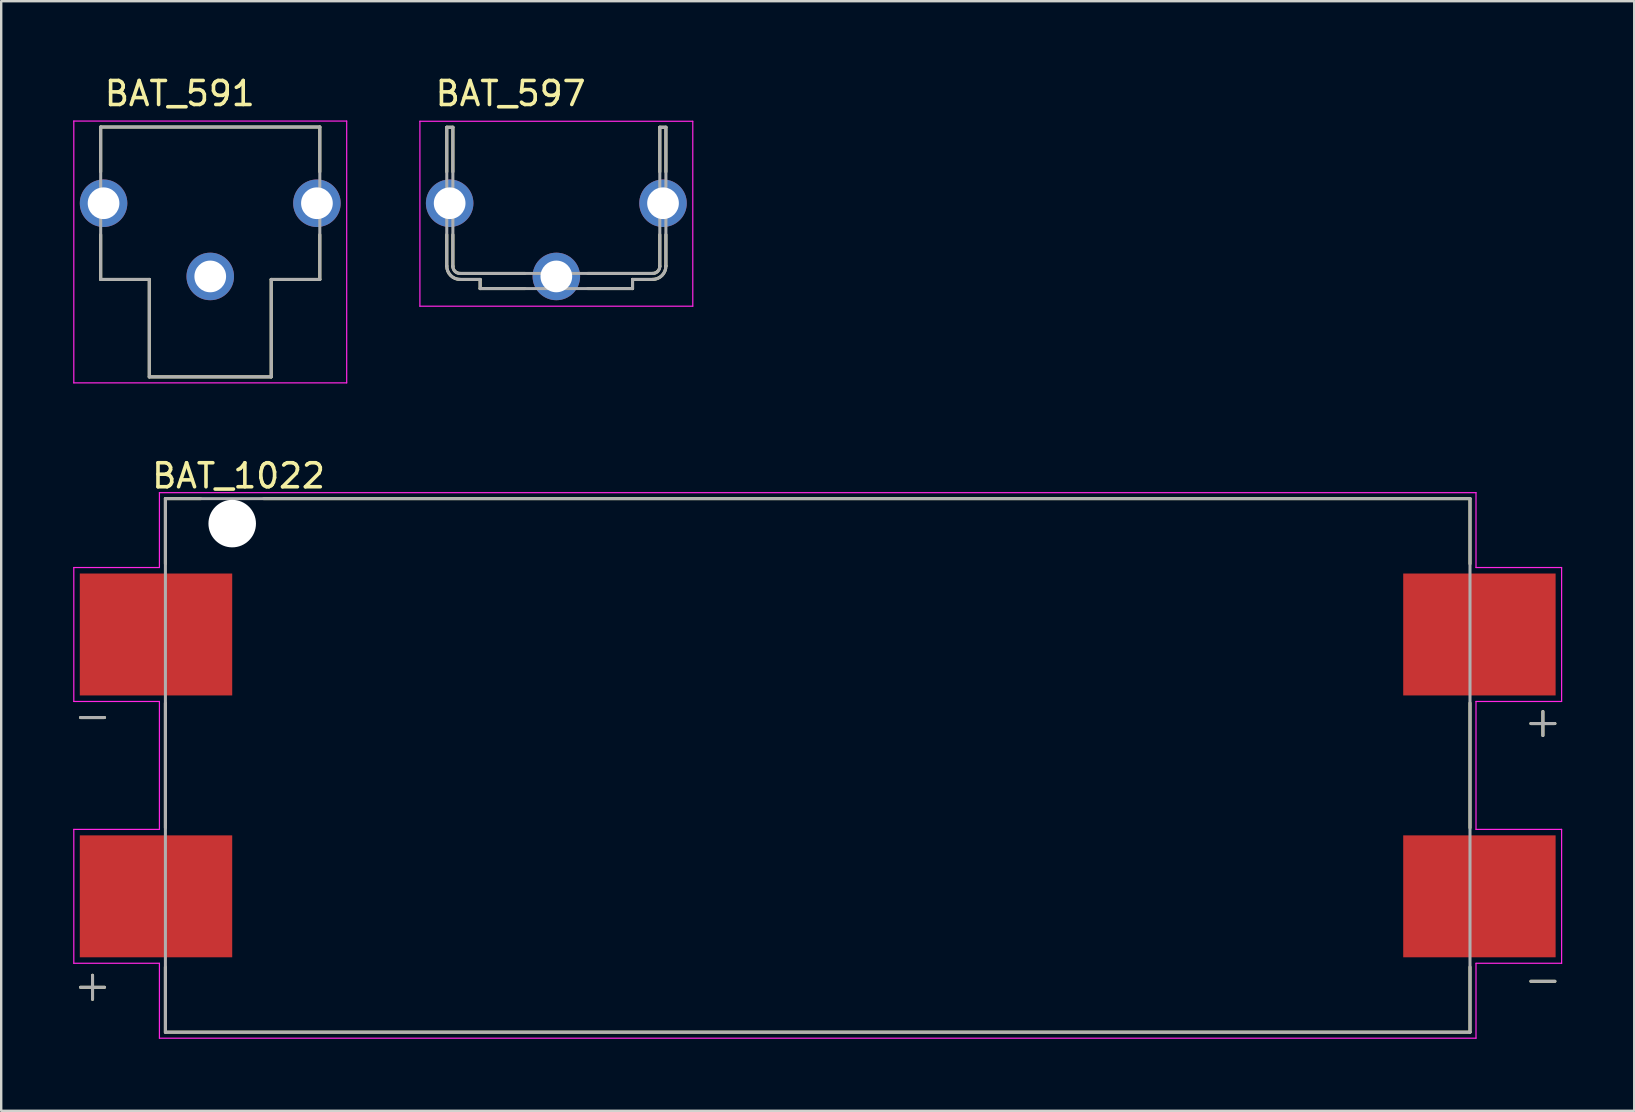
<source format=kicad_pcb>
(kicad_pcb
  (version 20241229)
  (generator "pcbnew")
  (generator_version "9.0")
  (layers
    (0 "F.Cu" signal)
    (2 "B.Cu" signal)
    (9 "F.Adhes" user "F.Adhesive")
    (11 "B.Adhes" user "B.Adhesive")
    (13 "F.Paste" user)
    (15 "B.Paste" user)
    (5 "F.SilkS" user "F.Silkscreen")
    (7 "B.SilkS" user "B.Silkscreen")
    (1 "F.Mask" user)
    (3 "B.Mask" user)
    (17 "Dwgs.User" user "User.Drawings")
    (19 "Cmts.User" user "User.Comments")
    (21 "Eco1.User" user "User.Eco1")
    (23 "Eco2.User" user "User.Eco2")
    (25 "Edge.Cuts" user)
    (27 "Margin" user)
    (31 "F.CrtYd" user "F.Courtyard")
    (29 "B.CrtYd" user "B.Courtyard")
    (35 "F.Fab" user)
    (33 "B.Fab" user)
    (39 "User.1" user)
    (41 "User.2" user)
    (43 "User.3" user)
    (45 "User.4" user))
  (footprint "BAT_597"
    (layer "F.Cu")
    (at 20.13 8.468)
    (property "Reference" "BAT_597" (at -1.905 -7.62 0) (layer "F.SilkS") (effects (font (size 1 1) (thickness 0.15))))
    (attr through_hole)
    (fp_line (start -4.565 -6.215) (end -4.565 -4.36) (stroke (width 0.127) (type solid)) (layer "F.SilkS"))
    (fp_line (start -4.565 -1.74) (end -4.565 -0.435) (stroke (width 0.127) (type solid)) (layer "F.SilkS"))
    (fp_line (start -4.311 -6.215) (end -4.565 -6.215) (stroke (width 0.127) (type solid)) (layer "F.SilkS"))
    (fp_line (start -4.311 -4.36) (end -4.311 -6.215) (stroke (width 0.127) (type solid)) (layer "F.SilkS"))
    (fp_line (start -4.311 -0.425) (end -4.311 -1.74) (stroke (width 0.127) (type solid)) (layer "F.SilkS"))
    (fp_line (start -4.005 0.125) (end -3.175 0.125) (stroke (width 0.127) (type solid)) (layer "F.SilkS"))
    (fp_line (start -3.175 0.125) (end -3.175 0.505) (stroke (width 0.127) (type solid)) (layer "F.SilkS"))
    (fp_line (start -3.175 0.505) (end -1.31 0.505) (stroke (width 0.127) (type solid)) (layer "F.SilkS"))
    (fp_line (start -1.31 -0.125) (end -4.011 -0.125) (stroke (width 0.127) (type solid)) (layer "F.SilkS"))
    (fp_line (start 1.31 0.505) (end 3.175 0.505) (stroke (width 0.127) (type solid)) (layer "F.SilkS"))
    (fp_line (start 3.175 0.125) (end 4.005 0.125) (stroke (width 0.127) (type solid)) (layer "F.SilkS"))
    (fp_line (start 3.175 0.505) (end 3.175 0.125) (stroke (width 0.127) (type solid)) (layer "F.SilkS"))
    (fp_line (start 4.011 -0.125) (end 1.31 -0.125) (stroke (width 0.127) (type solid)) (layer "F.SilkS"))
    (fp_line (start 4.311 -6.215) (end 4.311 -4.36) (stroke (width 0.127) (type solid)) (layer "F.SilkS"))
    (fp_line (start 4.311 -1.74) (end 4.311 -0.425) (stroke (width 0.127) (type solid)) (layer "F.SilkS"))
    (fp_line (start 4.565 -6.215) (end 4.311 -6.215) (stroke (width 0.127) (type solid)) (layer "F.SilkS"))
    (fp_line (start 4.565 -4.36) (end 4.565 -6.215) (stroke (width 0.127) (type solid)) (layer "F.SilkS"))
    (fp_line (start 4.565 -0.435) (end 4.565 -1.74) (stroke (width 0.127) (type solid)) (layer "F.SilkS"))
    (fp_arc (start -4.011 -0.125) (mid -4.223132 -0.212868) (end -4.311 -0.425) (stroke (width 0.127) (type solid)) (layer "F.SilkS"))
    (fp_arc (start -4.005 0.125) (mid -4.40098 -0.03902) (end -4.565 -0.435) (stroke (width 0.127) (type solid)) (layer "F.SilkS"))
    (fp_arc (start 4.311 -0.425) (mid 4.223132 -0.212868) (end 4.011 -0.125) (stroke (width 0.127) (type solid)) (layer "F.SilkS"))
    (fp_arc (start 4.565 -0.435) (mid 4.40098 -0.03902) (end 4.005 0.125) (stroke (width 0.127) (type solid)) (layer "F.SilkS"))
    (fp_line (start -5.685 -6.465) (end -5.685 1.24) (stroke (width 0.05) (type solid)) (layer "F.CrtYd"))
    (fp_line (start -5.685 1.24) (end 5.685 1.24) (stroke (width 0.05) (type solid)) (layer "F.CrtYd"))
    (fp_line (start 5.685 -6.465) (end -5.685 -6.465) (stroke (width 0.05) (type solid)) (layer "F.CrtYd"))
    (fp_line (start 5.685 1.24) (end 5.685 -6.465) (stroke (width 0.05) (type solid)) (layer "F.CrtYd"))
    (fp_line (start -4.565 -6.215) (end -4.565 -0.435) (stroke (width 0.127) (type solid)) (layer "F.Fab"))
    (fp_line (start -4.311 -6.215) (end -4.565 -6.215) (stroke (width 0.127) (type solid)) (layer "F.Fab"))
    (fp_line (start -4.311 -0.425) (end -4.311 -6.215) (stroke (width 0.127) (type solid)) (layer "F.Fab"))
    (fp_line (start -4.005 0.125) (end -3.175 0.125) (stroke (width 0.127) (type solid)) (layer "F.Fab"))
    (fp_line (start -3.175 0.125) (end -3.175 0.505) (stroke (width 0.127) (type solid)) (layer "F.Fab"))
    (fp_line (start -3.175 0.505) (end 3.175 0.505) (stroke (width 0.127) (type solid)) (layer "F.Fab"))
    (fp_line (start 3.175 0.125) (end 4.005 0.125) (stroke (width 0.127) (type solid)) (layer "F.Fab"))
    (fp_line (start 3.175 0.505) (end 3.175 0.125) (stroke (width 0.127) (type solid)) (layer "F.Fab"))
    (fp_line (start 4.011 -0.125) (end -4.011 -0.125) (stroke (width 0.127) (type solid)) (layer "F.Fab"))
    (fp_line (start 4.311 -6.215) (end 4.311 -0.425) (stroke (width 0.127) (type solid)) (layer "F.Fab"))
    (fp_line (start 4.565 -6.215) (end 4.311 -6.215) (stroke (width 0.127) (type solid)) (layer "F.Fab"))
    (fp_line (start 4.565 -0.435) (end 4.565 -6.215) (stroke (width 0.127) (type solid)) (layer "F.Fab"))
    (fp_arc (start -4.011 -0.125) (mid -4.223132 -0.212868) (end -4.311 -0.425) (stroke (width 0.127) (type solid)) (layer "F.Fab"))
    (fp_arc (start -4.005 0.125) (mid -4.40098 -0.03902) (end -4.565 -0.435) (stroke (width 0.127) (type solid)) (layer "F.Fab"))
    (fp_arc (start 4.311 -0.425) (mid 4.223132 -0.212868) (end 4.011 -0.125) (stroke (width 0.127) (type solid)) (layer "F.Fab"))
    (fp_arc (start 4.565 -0.435) (mid 4.40098 -0.03902) (end 4.005 0.125) (stroke (width 0.127) (type solid)) (layer "F.Fab"))
    (pad "P1" thru_hole circle (at 0 0) (size 1.98 1.98) (drill 1.32) (layers "*.Cu" "*.Mask"))
    (pad "P2" thru_hole circle (at -4.445 -3.05) (size 1.98 1.98) (drill 1.32) (layers "*.Cu" "*.Mask"))
    (pad "P3" thru_hole circle (at 4.445 -3.05) (size 1.98 1.98) (drill 1.32) (layers "*.Cu" "*.Mask")))
  (footprint "BAT_1022"
    (layer "F.Cu")
    (at 31.02 28.841)
    (property "Reference" "BAT_1022" (at -24.13 -12.065 0) (layer "F.SilkS") (effects (font (size 1 1) (thickness 0.15))))
    (attr smd)
    (fp_line (start -30.715 -1.995) (end -29.715 -1.995) (stroke (width 0.127) (type solid)) (layer "F.SilkS"))
    (fp_line (start -30.715 9.245) (end -29.715 9.245) (stroke (width 0.127) (type solid)) (layer "F.SilkS"))
    (fp_line (start -30.215 8.745) (end -30.215 9.745) (stroke (width 0.127) (type solid)) (layer "F.SilkS"))
    (fp_line (start -27.178 -11.115) (end -25.71 -11.115) (stroke (width 0.127) (type solid)) (layer "F.SilkS"))
    (fp_line (start -27.178 -8.4) (end -27.178 -11.115) (stroke (width 0.127) (type solid)) (layer "F.SilkS"))
    (fp_line (start -27.178 2.6) (end -27.178 -2.6) (stroke (width 0.127) (type solid)) (layer "F.SilkS"))
    (fp_line (start -27.178 11.115) (end -27.178 8.4) (stroke (width 0.127) (type solid)) (layer "F.SilkS"))
    (fp_line (start -23.08 -11.115) (end 27.178 -11.115) (stroke (width 0.127) (type solid)) (layer "F.SilkS"))
    (fp_line (start 27.178 -11.115) (end 27.178 -8.4) (stroke (width 0.127) (type solid)) (layer "F.SilkS"))
    (fp_line (start 27.178 -2.6) (end 27.178 2.6) (stroke (width 0.127) (type solid)) (layer "F.SilkS"))
    (fp_line (start 27.178 8.4) (end 27.178 11.115) (stroke (width 0.127) (type solid)) (layer "F.SilkS"))
    (fp_line (start 27.178 11.115) (end -27.178 11.115) (stroke (width 0.127) (type solid)) (layer "F.SilkS"))
    (fp_line (start 29.715 -1.745) (end 30.715 -1.745) (stroke (width 0.127) (type solid)) (layer "F.SilkS"))
    (fp_line (start 29.715 8.995) (end 30.715 8.995) (stroke (width 0.127) (type solid)) (layer "F.SilkS"))
    (fp_line (start 30.215 -2.245) (end 30.215 -1.245) (stroke (width 0.127) (type solid)) (layer "F.SilkS"))
    (fp_line (start -30.995 -8.245) (end -30.995 -2.665) (stroke (width 0.05) (type solid)) (layer "F.CrtYd"))
    (fp_line (start -30.995 -8.245) (end -27.428 -8.245) (stroke (width 0.05) (type solid)) (layer "F.CrtYd"))
    (fp_line (start -30.995 -2.665) (end -27.428 -2.665) (stroke (width 0.05) (type solid)) (layer "F.CrtYd"))
    (fp_line (start -30.995 2.665) (end -30.995 8.245) (stroke (width 0.05) (type solid)) (layer "F.CrtYd"))
    (fp_line (start -30.995 8.245) (end -27.428 8.245) (stroke (width 0.05) (type solid)) (layer "F.CrtYd"))
    (fp_line (start -27.428 -8.245) (end -27.428 -11.365) (stroke (width 0.05) (type solid)) (layer "F.CrtYd"))
    (fp_line (start -27.428 -2.665) (end -27.428 2.665) (stroke (width 0.05) (type solid)) (layer "F.CrtYd"))
    (fp_line (start -27.428 2.665) (end -30.995 2.665) (stroke (width 0.05) (type solid)) (layer "F.CrtYd"))
    (fp_line (start -27.428 8.245) (end -27.428 11.365) (stroke (width 0.05) (type solid)) (layer "F.CrtYd"))
    (fp_line (start -27.428 11.365) (end 27.428 11.365) (stroke (width 0.05) (type solid)) (layer "F.CrtYd"))
    (fp_line (start 27.428 -11.365) (end -27.428 -11.365) (stroke (width 0.05) (type solid)) (layer "F.CrtYd"))
    (fp_line (start 27.428 -11.365) (end 27.428 -8.245) (stroke (width 0.05) (type solid)) (layer "F.CrtYd"))
    (fp_line (start 27.428 -8.245) (end 30.995 -8.245) (stroke (width 0.05) (type solid)) (layer "F.CrtYd"))
    (fp_line (start 27.428 -2.665) (end 27.428 2.665) (stroke (width 0.05) (type solid)) (layer "F.CrtYd"))
    (fp_line (start 27.428 2.665) (end 30.995 2.665) (stroke (width 0.05) (type solid)) (layer "F.CrtYd"))
    (fp_line (start 27.428 8.245) (end 27.428 11.365) (stroke (width 0.05) (type solid)) (layer "F.CrtYd"))
    (fp_line (start 30.995 -2.665) (end 27.428 -2.665) (stroke (width 0.05) (type solid)) (layer "F.CrtYd"))
    (fp_line (start 30.995 -2.665) (end 30.995 -8.245) (stroke (width 0.05) (type solid)) (layer "F.CrtYd"))
    (fp_line (start 30.995 8.245) (end 27.428 8.245) (stroke (width 0.05) (type solid)) (layer "F.CrtYd"))
    (fp_line (start 30.995 8.245) (end 30.995 2.665) (stroke (width 0.05) (type solid)) (layer "F.CrtYd"))
    (fp_line (start -30.715 -1.995) (end -29.715 -1.995) (stroke (width 0.127) (type solid)) (layer "F.Fab"))
    (fp_line (start -30.715 9.245) (end -29.715 9.245) (stroke (width 0.127) (type solid)) (layer "F.Fab"))
    (fp_line (start -30.215 8.745) (end -30.215 9.745) (stroke (width 0.127) (type solid)) (layer "F.Fab"))
    (fp_line (start -27.178 -11.115) (end 27.178 -11.115) (stroke (width 0.127) (type solid)) (layer "F.Fab"))
    (fp_line (start -27.178 11.115) (end -27.178 -11.115) (stroke (width 0.127) (type solid)) (layer "F.Fab"))
    (fp_line (start 27.178 -11.115) (end 27.178 11.115) (stroke (width 0.127) (type solid)) (layer "F.Fab"))
    (fp_line (start 27.178 11.115) (end -27.178 11.115) (stroke (width 0.127) (type solid)) (layer "F.Fab"))
    (fp_line (start 29.715 -1.745) (end 30.715 -1.745) (stroke (width 0.127) (type solid)) (layer "F.Fab"))
    (fp_line (start 29.715 8.995) (end 30.715 8.995) (stroke (width 0.127) (type solid)) (layer "F.Fab"))
    (fp_line (start 30.215 -2.245) (end 30.215 -1.245) (stroke (width 0.127) (type solid)) (layer "F.Fab"))
    (pad "" np_thru_hole circle (at -24.395 -10.075) (size 1.98 1.98) (drill 1.98) (layers "*.Cu" "*.Mask"))
    (pad "N1" smd rect (at -27.57 -5.455) (size 6.35 5.08) (layers "F.Cu" "F.Mask" "F.Paste"))
    (pad "N2" smd rect (at 27.57 5.455) (size 6.35 5.08) (layers "F.Cu" "F.Mask" "F.Paste"))
    (pad "P1" smd rect (at 27.57 -5.455) (size 6.35 5.08) (layers "F.Cu" "F.Mask" "F.Paste"))
    (pad "P2" smd rect (at -27.57 5.455) (size 6.35 5.08) (layers "F.Cu" "F.Mask" "F.Paste")))
  (footprint "BAT_591"
    (layer "F.Cu")
    (at 5.71 8.468)
    (property "Reference" "BAT_591" (at -1.27 -7.62 0) (layer "F.SilkS") (effects (font (size 1 1) (thickness 0.15))))
    (attr through_hole)
    (fp_line (start -4.565 -6.225) (end -4.565 -4.36) (stroke (width 0.127) (type solid)) (layer "F.SilkS"))
    (fp_line (start -4.565 0.125) (end -4.565 -1.74) (stroke (width 0.127) (type solid)) (layer "F.SilkS"))
    (fp_line (start -4.565 0.125) (end -2.54 0.125) (stroke (width 0.127) (type solid)) (layer "F.SilkS"))
    (fp_line (start -2.54 0.125) (end -2.54 4.185) (stroke (width 0.127) (type solid)) (layer "F.SilkS"))
    (fp_line (start -2.54 4.185) (end 2.54 4.185) (stroke (width 0.127) (type solid)) (layer "F.SilkS"))
    (fp_line (start 2.54 0.125) (end 4.565 0.125) (stroke (width 0.127) (type solid)) (layer "F.SilkS"))
    (fp_line (start 2.54 4.185) (end 2.54 0.125) (stroke (width 0.127) (type solid)) (layer "F.SilkS"))
    (fp_line (start 4.565 -6.225) (end -4.565 -6.225) (stroke (width 0.127) (type solid)) (layer "F.SilkS"))
    (fp_line (start 4.565 -4.36) (end 4.565 -6.225) (stroke (width 0.127) (type solid)) (layer "F.SilkS"))
    (fp_line (start 4.565 0.125) (end 4.565 -1.74) (stroke (width 0.127) (type solid)) (layer "F.SilkS"))
    (fp_line (start -5.685 -6.475) (end -5.685 4.435) (stroke (width 0.05) (type solid)) (layer "F.CrtYd"))
    (fp_line (start -5.685 4.435) (end 5.685 4.435) (stroke (width 0.05) (type solid)) (layer "F.CrtYd"))
    (fp_line (start 5.685 -6.475) (end -5.685 -6.475) (stroke (width 0.05) (type solid)) (layer "F.CrtYd"))
    (fp_line (start 5.685 4.435) (end 5.685 -6.475) (stroke (width 0.05) (type solid)) (layer "F.CrtYd"))
    (fp_line (start -4.565 -6.225) (end -4.565 0.125) (stroke (width 0.127) (type solid)) (layer "F.Fab"))
    (fp_line (start -4.565 0.125) (end -2.54 0.125) (stroke (width 0.127) (type solid)) (layer "F.Fab"))
    (fp_line (start -2.54 0.125) (end -2.54 4.185) (stroke (width 0.127) (type solid)) (layer "F.Fab"))
    (fp_line (start -2.54 4.185) (end 2.54 4.185) (stroke (width 0.127) (type solid)) (layer "F.Fab"))
    (fp_line (start 2.54 0.125) (end 4.565 0.125) (stroke (width 0.127) (type solid)) (layer "F.Fab"))
    (fp_line (start 2.54 4.185) (end 2.54 0.125) (stroke (width 0.127) (type solid)) (layer "F.Fab"))
    (fp_line (start 4.565 -6.225) (end -4.565 -6.225) (stroke (width 0.127) (type solid)) (layer "F.Fab"))
    (fp_line (start 4.565 0.125) (end 4.565 -6.225) (stroke (width 0.127) (type solid)) (layer "F.Fab"))
    (pad "N1" thru_hole circle (at 0 0) (size 1.98 1.98) (drill 1.32) (layers "*.Cu" "*.Mask"))
    (pad "N2" thru_hole circle (at -4.445 -3.05) (size 1.98 1.98) (drill 1.32) (layers "*.Cu" "*.Mask"))
    (pad "N3" thru_hole circle (at 4.445 -3.05) (size 1.98 1.98) (drill 1.32) (layers "*.Cu" "*.Mask")))
  (gr_rect
    (start -3 -3)
    (end 65.04 43.231)
    (stroke (width 0.1) (type default))
    (fill no)
    (layer "Edge.Cuts")))
</source>
